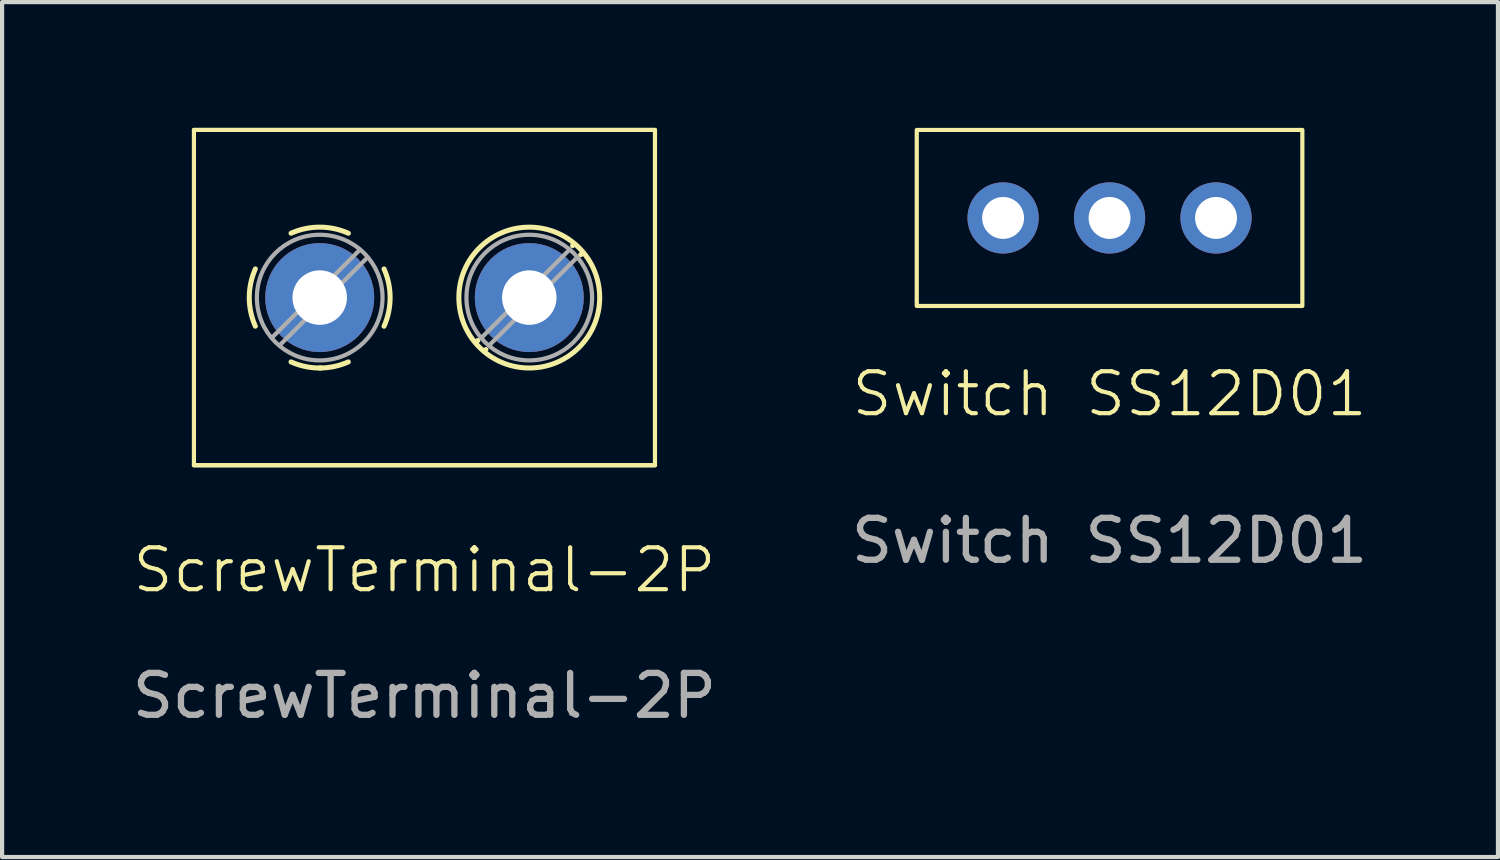
<source format=kicad_pcb>
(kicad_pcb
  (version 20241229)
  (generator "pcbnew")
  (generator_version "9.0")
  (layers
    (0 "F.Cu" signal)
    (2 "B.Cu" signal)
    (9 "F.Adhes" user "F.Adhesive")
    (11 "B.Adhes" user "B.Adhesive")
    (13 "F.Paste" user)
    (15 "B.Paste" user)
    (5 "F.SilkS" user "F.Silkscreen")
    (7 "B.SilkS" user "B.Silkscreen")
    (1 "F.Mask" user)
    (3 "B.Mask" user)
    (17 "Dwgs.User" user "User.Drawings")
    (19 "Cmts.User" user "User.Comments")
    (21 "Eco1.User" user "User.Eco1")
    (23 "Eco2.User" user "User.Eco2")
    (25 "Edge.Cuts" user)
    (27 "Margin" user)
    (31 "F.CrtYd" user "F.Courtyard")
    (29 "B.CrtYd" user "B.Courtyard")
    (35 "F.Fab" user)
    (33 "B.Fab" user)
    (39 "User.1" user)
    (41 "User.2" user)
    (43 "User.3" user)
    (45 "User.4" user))
  (footprint "ScrewTerminal-2P"
    (layer "F.Cu")
    (at 7.077 4.05)
    (property "Reference" "ScrewTerminal-2P" (at 0 6.5 0) (unlocked yes) (layer "F.SilkS") (effects (font (size 1 1) (thickness 0.1))))
    (attr through_hole)
    (fp_line (start -5.5 4) (end 5.5 4) (stroke (width 0.1) (type default)) (layer "F.SilkS"))
    (fp_line (start 1.274 1.023) (end 1.226 1.069) (stroke (width 0.12) (type solid)) (layer "F.SilkS"))
    (fp_line (start 1.466 1.239) (end 1.431 1.274) (stroke (width 0.12) (type solid)) (layer "F.SilkS"))
    (fp_line (start 3.571 -1.275) (end 3.535 -1.239) (stroke (width 0.12) (type solid)) (layer "F.SilkS"))
    (fp_line (start 3.776 -1.069) (end 3.728 -1.023) (stroke (width 0.12) (type solid)) (layer "F.SilkS"))
    (fp_line (start 5.5 -4) (end -5.5 -4) (stroke (width 0.1) (type default)) (layer "F.SilkS"))
    (fp_rect (start -5.5 -4) (end 5.5 4) (stroke (width 0.1) (type default)) (fill no) (layer "F.SilkS"))
    (fp_arc (start -4.034927 0.683042) (mid -4.180001 -0.000524) (end -4.0345 -0.684) (stroke (width 0.12) (type solid)) (layer "F.SilkS"))
    (fp_arc (start -3.182542 -1.535427) (mid -2.498976 -1.680501) (end -1.8155 -1.535) (stroke (width 0.12) (type solid)) (layer "F.SilkS"))
    (fp_arc (start -2.470695 1.680253) (mid -2.835051 1.646659) (end -3.1835 1.535) (stroke (width 0.12) (type solid)) (layer "F.SilkS"))
    (fp_arc (start -1.816182 1.534756) (mid -2.150208 1.643288) (end -2.4995 1.68) (stroke (width 0.12) (type solid)) (layer "F.SilkS"))
    (fp_arc (start -0.964073 -0.683042) (mid -0.818999 0.000524) (end -0.9645 0.684) (stroke (width 0.12) (type solid)) (layer "F.SilkS"))
    (fp_circle (center 2.501 0) (end 4.181 0) (stroke (width 0.12) (type solid)) (fill no) (layer "F.SilkS"))
    (fp_line (start -1.544 -1.138) (end -3.638 0.955) (stroke (width 0.1) (type solid)) (layer "F.Fab"))
    (fp_line (start -1.361 -0.955) (end -3.454 1.138) (stroke (width 0.1) (type solid)) (layer "F.Fab"))
    (fp_line (start 3.455 -1.138) (end 1.363 0.955) (stroke (width 0.1) (type solid)) (layer "F.Fab"))
    (fp_line (start 3.639 -0.955) (end 1.546 1.138) (stroke (width 0.1) (type solid)) (layer "F.Fab"))
    (fp_circle (center -2.499 0) (end -1 0) (stroke (width 0.1) (type solid)) (fill no) (layer "F.Fab"))
    (fp_circle (center 2.501 0) (end 4 0) (stroke (width 0.1) (type solid)) (fill no) (layer "F.Fab"))
    (fp_text user "${REFERENCE}" (at 0 9.5 0) (unlocked yes) (layer "F.Fab") (effects (font (size 1 1) (thickness 0.15))))
    (pad "1" thru_hole oval (at -2.499 0) (size 2.6 2.6) (drill 1.3) (layers "*.Cu" "*.Mask"))
    (pad "2" thru_hole circle (at 2.501 0) (size 2.6 2.6) (drill 1.3) (layers "*.Cu" "*.Mask")))
  (footprint "Switch SS12D01"
    (layer "F.Cu")
    (at 23.423 2.15)
    (property "Reference" "Switch SS12D01" (at 0 4.2 0) (unlocked yes) (layer "F.SilkS") (effects (font (size 1 1) (thickness 0.1))))
    (attr through_hole)
    (fp_rect (start -4.6 -2.1) (end 4.6 2.1) (stroke (width 0.1) (type default)) (fill no) (layer "F.SilkS"))
    (fp_text user "${REFERENCE}" (at 0 7.7 0) (unlocked yes) (layer "F.Fab") (effects (font (size 1 1) (thickness 0.15))))
    (pad "1" thru_hole circle (at -2.54 0 90) (size 1.7 1.7) (drill 1) (layers "*.Cu" "*.Mask"))
    (pad "2" thru_hole oval (at 0 0 90) (size 1.7 1.7) (drill 1) (layers "*.Cu" "*.Mask"))
    (pad "3" thru_hole oval (at 2.54 0 90) (size 1.7 1.7) (drill 1) (layers "*.Cu" "*.Mask")))
  (gr_rect
    (start -3 -3)
    (end 32.69 17.398)
    (stroke (width 0.1) (type default))
    (fill no)
    (layer "Edge.Cuts")))
</source>
